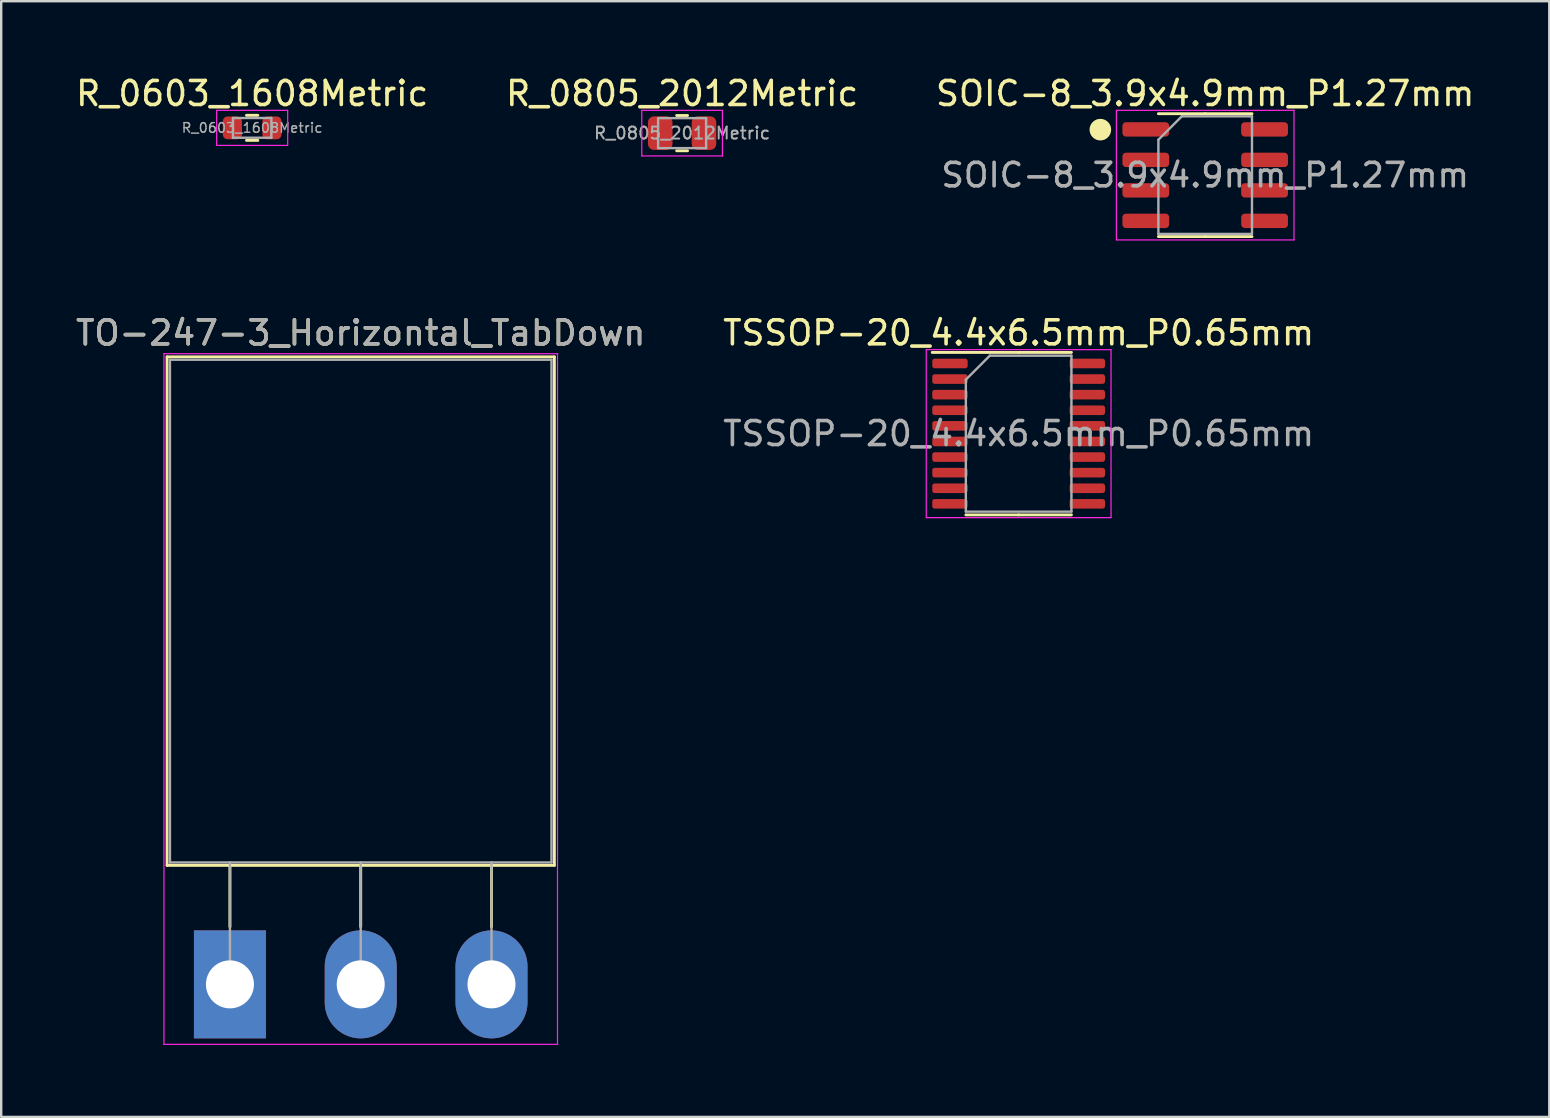
<source format=kicad_pcb>
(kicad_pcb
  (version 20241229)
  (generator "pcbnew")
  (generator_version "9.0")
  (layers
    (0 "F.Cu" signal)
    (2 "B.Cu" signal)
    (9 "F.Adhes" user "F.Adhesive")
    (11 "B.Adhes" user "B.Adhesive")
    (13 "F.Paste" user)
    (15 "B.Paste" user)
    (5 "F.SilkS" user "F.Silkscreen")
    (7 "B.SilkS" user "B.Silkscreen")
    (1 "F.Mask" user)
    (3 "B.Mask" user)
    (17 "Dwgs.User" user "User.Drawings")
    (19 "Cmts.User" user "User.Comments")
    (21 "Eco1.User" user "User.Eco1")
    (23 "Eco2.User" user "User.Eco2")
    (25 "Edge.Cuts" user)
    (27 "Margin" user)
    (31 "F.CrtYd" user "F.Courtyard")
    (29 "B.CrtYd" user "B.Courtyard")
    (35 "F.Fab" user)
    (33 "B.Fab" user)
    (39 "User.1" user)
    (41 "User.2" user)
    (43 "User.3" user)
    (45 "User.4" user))
  (footprint "R_0603_1608Metric"
    (layer "F.Cu")
    (at 7.458 2.278)
    (property "Reference" "R_0603_1608Metric" (at 0 -1.43 0) (layer "F.SilkS") (effects (font (size 1 1) (thickness 0.15))))
    (attr smd)
    (fp_line (start -0.237 -0.522) (end 0.237 -0.522) (stroke (width 0.12) (type solid)) (layer "F.SilkS"))
    (fp_line (start -0.237 0.522) (end 0.237 0.522) (stroke (width 0.12) (type solid)) (layer "F.SilkS"))
    (fp_line (start -1.48 -0.73) (end 1.48 -0.73) (stroke (width 0.05) (type solid)) (layer "F.CrtYd"))
    (fp_line (start -1.48 0.73) (end -1.48 -0.73) (stroke (width 0.05) (type solid)) (layer "F.CrtYd"))
    (fp_line (start 1.48 -0.73) (end 1.48 0.73) (stroke (width 0.05) (type solid)) (layer "F.CrtYd"))
    (fp_line (start 1.48 0.73) (end -1.48 0.73) (stroke (width 0.05) (type solid)) (layer "F.CrtYd"))
    (fp_line (start -0.8 -0.412) (end 0.8 -0.412) (stroke (width 0.1) (type solid)) (layer "F.Fab"))
    (fp_line (start -0.8 0.412) (end -0.8 -0.412) (stroke (width 0.1) (type solid)) (layer "F.Fab"))
    (fp_line (start 0.8 -0.412) (end 0.8 0.412) (stroke (width 0.1) (type solid)) (layer "F.Fab"))
    (fp_line (start 0.8 0.412) (end -0.8 0.412) (stroke (width 0.1) (type solid)) (layer "F.Fab"))
    (fp_text user "${REFERENCE}" (at 0 0 0) (layer "F.Fab") (effects (font (size 0.4 0.4) (thickness 0.06))))
    (pad "1" smd roundrect (at -0.825 0) (size 0.8 0.95) (layers "F.Cu" "F.Mask" "F.Paste") (roundrect_rratio 0.25))
    (pad "2" smd roundrect (at 0.825 0) (size 0.8 0.95) (layers "F.Cu" "F.Mask" "F.Paste") (roundrect_rratio 0.25))
    (zone (net_name "") (layer "F.Cu") (hatch edge 0.5) (connect_pads) (min_thickness 0.25) (filled_areas_thickness no) (keepout (tracks allowed) (vias allowed) (pads allowed) (copperpour not_allowed) (footprints allowed)) (placement (enabled no)) (fill) (polygon (pts (xy 7.283 1.693) (xy 7.283 2.863) (xy 7.633 2.863) (xy 7.633 1.693)))))
  (footprint "TO-247-3_Horizontal_TabDown"
    (layer "F.Cu")
    (at 6.532 37.971)
    (property "Reference" "TO-247-3_Horizontal_TabDown" (at 5.45 -27.15 0) (layer "F.SilkS") (effects (font (size 1 1) (thickness 0.15))))
    (attr through_hole)
    (fp_line (start -2.62 -26.15) (end -2.62 -4.96) (stroke (width 0.12) (type solid)) (layer "F.SilkS"))
    (fp_line (start -2.62 -26.15) (end 13.52 -26.15) (stroke (width 0.12) (type solid)) (layer "F.SilkS"))
    (fp_line (start -2.62 -4.96) (end 13.52 -4.96) (stroke (width 0.12) (type solid)) (layer "F.SilkS"))
    (fp_line (start 0 -4.96) (end 0 -2.4) (stroke (width 0.12) (type solid)) (layer "F.SilkS"))
    (fp_line (start 5.45 -4.96) (end 5.45 -2.4) (stroke (width 0.12) (type solid)) (layer "F.SilkS"))
    (fp_line (start 10.9 -4.96) (end 10.9 -2.4) (stroke (width 0.12) (type solid)) (layer "F.SilkS"))
    (fp_line (start 13.52 -26.15) (end 13.52 -4.96) (stroke (width 0.12) (type solid)) (layer "F.SilkS"))
    (fp_line (start -2.75 -26.28) (end -2.75 2.5) (stroke (width 0.05) (type solid)) (layer "F.CrtYd"))
    (fp_line (start -2.75 2.5) (end 13.65 2.5) (stroke (width 0.05) (type solid)) (layer "F.CrtYd"))
    (fp_line (start 13.65 -26.28) (end -2.75 -26.28) (stroke (width 0.05) (type solid)) (layer "F.CrtYd"))
    (fp_line (start 13.65 2.5) (end 13.65 -26.28) (stroke (width 0.05) (type solid)) (layer "F.CrtYd"))
    (fp_line (start -2.5 -26.03) (end 13.4 -26.03) (stroke (width 0.1) (type solid)) (layer "F.Fab"))
    (fp_line (start -2.5 -5.08) (end -2.5 -26.03) (stroke (width 0.1) (type solid)) (layer "F.Fab"))
    (fp_line (start 0 -5.08) (end 0 0) (stroke (width 0.1) (type solid)) (layer "F.Fab"))
    (fp_line (start 5.45 -5.08) (end 5.45 0) (stroke (width 0.1) (type solid)) (layer "F.Fab"))
    (fp_line (start 10.9 -5.08) (end 10.9 0) (stroke (width 0.1) (type solid)) (layer "F.Fab"))
    (fp_line (start 13.4 -26.03) (end 13.4 -5.08) (stroke (width 0.1) (type solid)) (layer "F.Fab"))
    (fp_line (start 13.4 -5.08) (end -2.5 -5.08) (stroke (width 0.1) (type solid)) (layer "F.Fab"))
    (fp_text user "${REFERENCE}" (at 5.45 -27.15 0) (layer "F.Fab") (effects (font (size 1 1) (thickness 0.15))))
    (pad "1" thru_hole rect (at 0 0) (size 3 4.5) (drill 2) (layers "*.Cu" "*.Mask"))
    (pad "2" thru_hole oval (at 5.45 0) (size 3 4.5) (drill 2) (layers "*.Cu" "*.Mask"))
    (pad "3" thru_hole oval (at 10.9 0) (size 3 4.5) (drill 2) (layers "*.Cu" "*.Mask")))
  (footprint "SOIC-8_3.9x4.9mm_P1.27mm"
    (layer "F.Cu")
    (at 47.173 4.248)
    (property "Reference" "SOIC-8_3.9x4.9mm_P1.27mm" (at 0 -3.4 0) (layer "F.SilkS") (effects (font (size 1 1) (thickness 0.15))))
    (attr smd)
    (fp_line (start 0 -2.56) (end -1.95 -2.56) (stroke (width 0.12) (type solid)) (layer "F.SilkS"))
    (fp_line (start 0 -2.56) (end 1.95 -2.56) (stroke (width 0.12) (type solid)) (layer "F.SilkS"))
    (fp_line (start 0 2.56) (end -1.95 2.56) (stroke (width 0.12) (type solid)) (layer "F.SilkS"))
    (fp_line (start 0 2.56) (end 1.95 2.56) (stroke (width 0.12) (type solid)) (layer "F.SilkS"))
    (fp_circle (center -4.369 -1.895) (end -3.969 -1.895) (stroke (width 0.1) (type solid)) (fill yes) (layer "F.SilkS"))
    (fp_line (start -3.7 -2.7) (end -3.7 2.7) (stroke (width 0.05) (type solid)) (layer "F.CrtYd"))
    (fp_line (start -3.7 2.7) (end 3.7 2.7) (stroke (width 0.05) (type solid)) (layer "F.CrtYd"))
    (fp_line (start 3.7 -2.7) (end -3.7 -2.7) (stroke (width 0.05) (type solid)) (layer "F.CrtYd"))
    (fp_line (start 3.7 2.7) (end 3.7 -2.7) (stroke (width 0.05) (type solid)) (layer "F.CrtYd"))
    (fp_line (start -1.95 -1.475) (end -0.975 -2.45) (stroke (width 0.1) (type solid)) (layer "F.Fab"))
    (fp_line (start -1.95 2.45) (end -1.95 -1.475) (stroke (width 0.1) (type solid)) (layer "F.Fab"))
    (fp_line (start -0.975 -2.45) (end 1.95 -2.45) (stroke (width 0.1) (type solid)) (layer "F.Fab"))
    (fp_line (start 1.95 -2.45) (end 1.95 2.45) (stroke (width 0.1) (type solid)) (layer "F.Fab"))
    (fp_line (start 1.95 2.45) (end -1.95 2.45) (stroke (width 0.1) (type solid)) (layer "F.Fab"))
    (fp_text user "${REFERENCE}" (at 0 0 0) (layer "F.Fab") (effects (font (size 0.98 0.98) (thickness 0.15))))
    (pad "1" smd roundrect (at -2.475 -1.905) (size 1.95 0.6) (layers "F.Cu" "F.Mask" "F.Paste") (roundrect_rratio 0.25))
    (pad "2" smd roundrect (at -2.475 -0.635) (size 1.95 0.6) (layers "F.Cu" "F.Mask" "F.Paste") (roundrect_rratio 0.25))
    (pad "3" smd roundrect (at -2.475 0.635) (size 1.95 0.6) (layers "F.Cu" "F.Mask" "F.Paste") (roundrect_rratio 0.25))
    (pad "4" smd roundrect (at -2.475 1.905) (size 1.95 0.6) (layers "F.Cu" "F.Mask" "F.Paste") (roundrect_rratio 0.25))
    (pad "5" smd roundrect (at 2.475 1.905) (size 1.95 0.6) (layers "F.Cu" "F.Mask" "F.Paste") (roundrect_rratio 0.25))
    (pad "6" smd roundrect (at 2.475 0.635) (size 1.95 0.6) (layers "F.Cu" "F.Mask" "F.Paste") (roundrect_rratio 0.25))
    (pad "7" smd roundrect (at 2.475 -0.635) (size 1.95 0.6) (layers "F.Cu" "F.Mask" "F.Paste") (roundrect_rratio 0.25))
    (pad "8" smd roundrect (at 2.475 -1.905) (size 1.95 0.6) (layers "F.Cu" "F.Mask" "F.Paste") (roundrect_rratio 0.25)))
  (footprint "R_0805_2012Metric"
    (layer "F.Cu")
    (at 25.375 2.498)
    (property "Reference" "R_0805_2012Metric" (at 0 -1.65 0) (layer "F.SilkS") (effects (font (size 1 1) (thickness 0.15))))
    (attr smd)
    (fp_line (start -0.227 -0.735) (end 0.227 -0.735) (stroke (width 0.12) (type solid)) (layer "F.SilkS"))
    (fp_line (start -0.227 0.735) (end 0.227 0.735) (stroke (width 0.12) (type solid)) (layer "F.SilkS"))
    (fp_line (start -1.68 -0.95) (end 1.68 -0.95) (stroke (width 0.05) (type solid)) (layer "F.CrtYd"))
    (fp_line (start -1.68 0.95) (end -1.68 -0.95) (stroke (width 0.05) (type solid)) (layer "F.CrtYd"))
    (fp_line (start 1.68 -0.95) (end 1.68 0.95) (stroke (width 0.05) (type solid)) (layer "F.CrtYd"))
    (fp_line (start 1.68 0.95) (end -1.68 0.95) (stroke (width 0.05) (type solid)) (layer "F.CrtYd"))
    (fp_line (start -1 -0.625) (end 1 -0.625) (stroke (width 0.1) (type solid)) (layer "F.Fab"))
    (fp_line (start -1 0.625) (end -1 -0.625) (stroke (width 0.1) (type solid)) (layer "F.Fab"))
    (fp_line (start 1 -0.625) (end 1 0.625) (stroke (width 0.1) (type solid)) (layer "F.Fab"))
    (fp_line (start 1 0.625) (end -1 0.625) (stroke (width 0.1) (type solid)) (layer "F.Fab"))
    (fp_text user "${REFERENCE}" (at 0 0 0) (layer "F.Fab") (effects (font (size 0.5 0.5) (thickness 0.08))))
    (pad "1" smd roundrect (at -0.912 0) (size 1.025 1.4) (layers "F.Cu" "F.Mask" "F.Paste") (roundrect_rratio 0.244))
    (pad "2" smd roundrect (at 0.912 0) (size 1.025 1.4) (layers "F.Cu" "F.Mask" "F.Paste") (roundrect_rratio 0.244))
    (zone (net_name "") (layer "F.Cu") (hatch edge 0.5) (connect_pads) (min_thickness 0.25) (filled_areas_thickness no) (keepout (tracks not_allowed) (vias not_allowed) (pads allowed) (copperpour not_allowed) (footprints allowed)) (placement (enabled no)) (fill) (polygon (pts (xy 25.225 1.698) (xy 25.225 3.288) (xy 25.525 3.288) (xy 25.525 1.698)))))
  (footprint "TSSOP-20_4.4x6.5mm_P0.65mm"
    (layer "F.Cu")
    (at 39.399 15.021)
    (property "Reference" "TSSOP-20_4.4x6.5mm_P0.65mm" (at 0 -4.2 0) (layer "F.SilkS") (effects (font (size 1 1) (thickness 0.15))))
    (attr smd)
    (fp_line (start 0 -3.385) (end -3.6 -3.385) (stroke (width 0.12) (type solid)) (layer "F.SilkS"))
    (fp_line (start 0 -3.385) (end 2.2 -3.385) (stroke (width 0.12) (type solid)) (layer "F.SilkS"))
    (fp_line (start 0 3.385) (end -2.2 3.385) (stroke (width 0.12) (type solid)) (layer "F.SilkS"))
    (fp_line (start 0 3.385) (end 2.2 3.385) (stroke (width 0.12) (type solid)) (layer "F.SilkS"))
    (fp_line (start -3.85 -3.5) (end -3.85 3.5) (stroke (width 0.05) (type solid)) (layer "F.CrtYd"))
    (fp_line (start -3.85 3.5) (end 3.85 3.5) (stroke (width 0.05) (type solid)) (layer "F.CrtYd"))
    (fp_line (start 3.85 -3.5) (end -3.85 -3.5) (stroke (width 0.05) (type solid)) (layer "F.CrtYd"))
    (fp_line (start 3.85 3.5) (end 3.85 -3.5) (stroke (width 0.05) (type solid)) (layer "F.CrtYd"))
    (fp_line (start -2.2 -2.25) (end -1.2 -3.25) (stroke (width 0.1) (type solid)) (layer "F.Fab"))
    (fp_line (start -2.2 3.25) (end -2.2 -2.25) (stroke (width 0.1) (type solid)) (layer "F.Fab"))
    (fp_line (start -1.2 -3.25) (end 2.2 -3.25) (stroke (width 0.1) (type solid)) (layer "F.Fab"))
    (fp_line (start 2.2 -3.25) (end 2.2 3.25) (stroke (width 0.1) (type solid)) (layer "F.Fab"))
    (fp_line (start 2.2 3.25) (end -2.2 3.25) (stroke (width 0.1) (type solid)) (layer "F.Fab"))
    (fp_text user "${REFERENCE}" (at 0 0 0) (layer "F.Fab") (effects (font (size 1 1) (thickness 0.15))))
    (pad "1" smd roundrect (at -2.862 -2.925) (size 1.475 0.4) (layers "F.Cu" "F.Mask" "F.Paste") (roundrect_rratio 0.25))
    (pad "2" smd roundrect (at -2.862 -2.275) (size 1.475 0.4) (layers "F.Cu" "F.Mask" "F.Paste") (roundrect_rratio 0.25))
    (pad "3" smd roundrect (at -2.862 -1.625) (size 1.475 0.4) (layers "F.Cu" "F.Mask" "F.Paste") (roundrect_rratio 0.25))
    (pad "4" smd roundrect (at -2.862 -0.975) (size 1.475 0.4) (layers "F.Cu" "F.Mask" "F.Paste") (roundrect_rratio 0.25))
    (pad "5" smd roundrect (at -2.862 -0.325) (size 1.475 0.4) (layers "F.Cu" "F.Mask" "F.Paste") (roundrect_rratio 0.25))
    (pad "6" smd roundrect (at -2.862 0.325) (size 1.475 0.4) (layers "F.Cu" "F.Mask" "F.Paste") (roundrect_rratio 0.25))
    (pad "7" smd roundrect (at -2.862 0.975) (size 1.475 0.4) (layers "F.Cu" "F.Mask" "F.Paste") (roundrect_rratio 0.25))
    (pad "8" smd roundrect (at -2.862 1.625) (size 1.475 0.4) (layers "F.Cu" "F.Mask" "F.Paste") (roundrect_rratio 0.25))
    (pad "9" smd roundrect (at -2.862 2.275) (size 1.475 0.4) (layers "F.Cu" "F.Mask" "F.Paste") (roundrect_rratio 0.25))
    (pad "10" smd roundrect (at -2.862 2.925) (size 1.475 0.4) (layers "F.Cu" "F.Mask" "F.Paste") (roundrect_rratio 0.25))
    (pad "11" smd roundrect (at 2.862 2.925) (size 1.475 0.4) (layers "F.Cu" "F.Mask" "F.Paste") (roundrect_rratio 0.25))
    (pad "12" smd roundrect (at 2.862 2.275) (size 1.475 0.4) (layers "F.Cu" "F.Mask" "F.Paste") (roundrect_rratio 0.25))
    (pad "13" smd roundrect (at 2.862 1.625) (size 1.475 0.4) (layers "F.Cu" "F.Mask" "F.Paste") (roundrect_rratio 0.25))
    (pad "14" smd roundrect (at 2.862 0.975) (size 1.475 0.4) (layers "F.Cu" "F.Mask" "F.Paste") (roundrect_rratio 0.25))
    (pad "15" smd roundrect (at 2.862 0.325) (size 1.475 0.4) (layers "F.Cu" "F.Mask" "F.Paste") (roundrect_rratio 0.25))
    (pad "16" smd roundrect (at 2.862 -0.325) (size 1.475 0.4) (layers "F.Cu" "F.Mask" "F.Paste") (roundrect_rratio 0.25))
    (pad "17" smd roundrect (at 2.862 -0.975) (size 1.475 0.4) (layers "F.Cu" "F.Mask" "F.Paste") (roundrect_rratio 0.25))
    (pad "18" smd roundrect (at 2.862 -1.625) (size 1.475 0.4) (layers "F.Cu" "F.Mask" "F.Paste") (roundrect_rratio 0.25))
    (pad "19" smd roundrect (at 2.862 -2.275) (size 1.475 0.4) (layers "F.Cu" "F.Mask" "F.Paste") (roundrect_rratio 0.25))
    (pad "20" smd roundrect (at 2.862 -2.925) (size 1.475 0.4) (layers "F.Cu" "F.Mask" "F.Paste") (roundrect_rratio 0.25)))
  (gr_rect
    (start -3 -3)
    (end 61.512 43.496)
    (stroke (width 0.1) (type default))
    (fill no)
    (layer "Edge.Cuts")))
</source>
